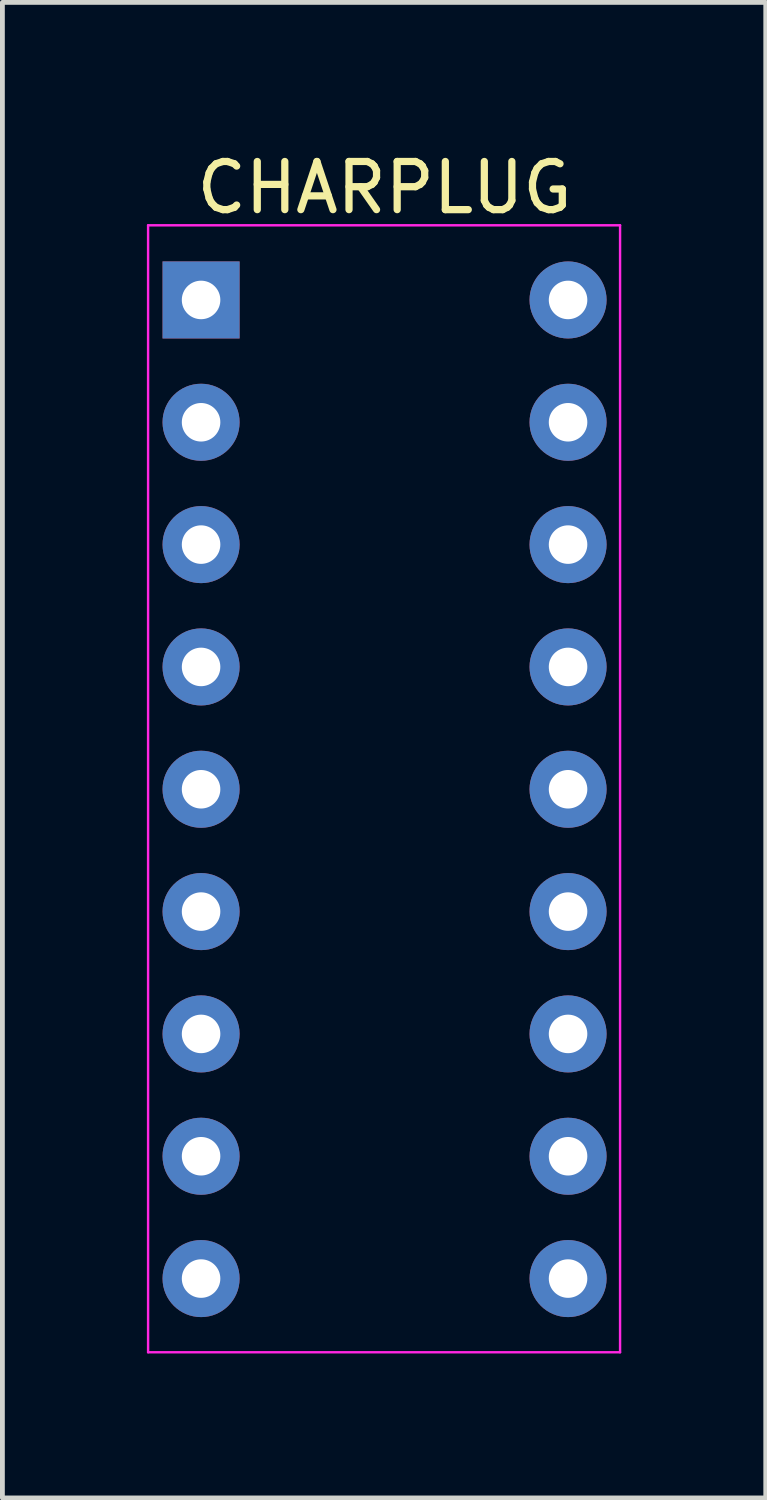
<source format=kicad_pcb>
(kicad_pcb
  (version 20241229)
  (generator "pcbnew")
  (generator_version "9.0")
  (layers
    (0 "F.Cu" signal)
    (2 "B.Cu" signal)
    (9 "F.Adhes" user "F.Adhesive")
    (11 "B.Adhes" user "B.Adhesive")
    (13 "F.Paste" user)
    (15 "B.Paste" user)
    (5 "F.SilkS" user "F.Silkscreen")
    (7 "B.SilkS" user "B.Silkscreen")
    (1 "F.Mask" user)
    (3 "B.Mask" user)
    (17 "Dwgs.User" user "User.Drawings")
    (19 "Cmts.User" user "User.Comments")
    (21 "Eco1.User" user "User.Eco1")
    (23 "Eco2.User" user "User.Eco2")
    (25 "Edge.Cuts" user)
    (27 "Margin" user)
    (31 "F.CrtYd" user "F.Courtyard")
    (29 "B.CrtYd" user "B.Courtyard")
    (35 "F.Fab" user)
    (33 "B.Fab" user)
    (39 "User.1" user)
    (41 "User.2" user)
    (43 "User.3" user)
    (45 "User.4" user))
  (footprint "CHARPLUG"
    (layer "F.Cu")
    (at 1.125 3.178)
    (property "Reference" "CHARPLUG" (at 3.81 -2.33 0) (layer "F.SilkS") (effects (font (size 1 1) (thickness 0.15))))
    (attr through_hole)
    (fp_line (start -1.1 -1.55) (end -1.1 21.85) (stroke (width 0.05) (type solid)) (layer "F.CrtYd"))
    (fp_line (start -1.1 21.85) (end 8.7 21.85) (stroke (width 0.05) (type solid)) (layer "F.CrtYd"))
    (fp_line (start 8.7 -1.55) (end -1.1 -1.55) (stroke (width 0.05) (type solid)) (layer "F.CrtYd"))
    (fp_line (start 8.7 21.85) (end 8.7 -1.55) (stroke (width 0.05) (type solid)) (layer "F.CrtYd"))
    (pad "1" thru_hole rect (at 0 0) (size 1.6 1.6) (drill 0.8) (layers "*.Cu" "*.Mask"))
    (pad "2" thru_hole oval (at 0 2.54) (size 1.6 1.6) (drill 0.8) (layers "*.Cu" "*.Mask"))
    (pad "3" thru_hole oval (at 0 5.08) (size 1.6 1.6) (drill 0.8) (layers "*.Cu" "*.Mask"))
    (pad "4" thru_hole oval (at 0 7.62) (size 1.6 1.6) (drill 0.8) (layers "*.Cu" "*.Mask"))
    (pad "5" thru_hole oval (at 0 10.16) (size 1.6 1.6) (drill 0.8) (layers "*.Cu" "*.Mask"))
    (pad "6" thru_hole oval (at 0 12.7) (size 1.6 1.6) (drill 0.8) (layers "*.Cu" "*.Mask"))
    (pad "7" thru_hole oval (at 0 15.24) (size 1.6 1.6) (drill 0.8) (layers "*.Cu" "*.Mask"))
    (pad "8" thru_hole oval (at 0 17.78) (size 1.6 1.6) (drill 0.8) (layers "*.Cu" "*.Mask"))
    (pad "9" thru_hole oval (at 0 20.32) (size 1.6 1.6) (drill 0.8) (layers "*.Cu" "*.Mask"))
    (pad "10" thru_hole oval (at 7.62 20.32) (size 1.6 1.6) (drill 0.8) (layers "*.Cu" "*.Mask"))
    (pad "11" thru_hole oval (at 7.62 17.78) (size 1.6 1.6) (drill 0.8) (layers "*.Cu" "*.Mask"))
    (pad "12" thru_hole oval (at 7.62 15.24) (size 1.6 1.6) (drill 0.8) (layers "*.Cu" "*.Mask"))
    (pad "13" thru_hole oval (at 7.62 12.7) (size 1.6 1.6) (drill 0.8) (layers "*.Cu" "*.Mask"))
    (pad "14" thru_hole oval (at 7.62 10.16) (size 1.6 1.6) (drill 0.8) (layers "*.Cu" "*.Mask"))
    (pad "15" thru_hole oval (at 7.62 7.62) (size 1.6 1.6) (drill 0.8) (layers "*.Cu" "*.Mask"))
    (pad "16" thru_hole oval (at 7.62 5.08) (size 1.6 1.6) (drill 0.8) (layers "*.Cu" "*.Mask"))
    (pad "17" thru_hole oval (at 7.62 2.54) (size 1.6 1.6) (drill 0.8) (layers "*.Cu" "*.Mask"))
    (pad "18" thru_hole oval (at 7.62 0) (size 1.6 1.6) (drill 0.8) (layers "*.Cu" "*.Mask")))
  (gr_rect
    (start -3 -3)
    (end 12.85 28.053)
    (stroke (width 0.1) (type default))
    (fill no)
    (layer "Edge.Cuts")))
</source>
